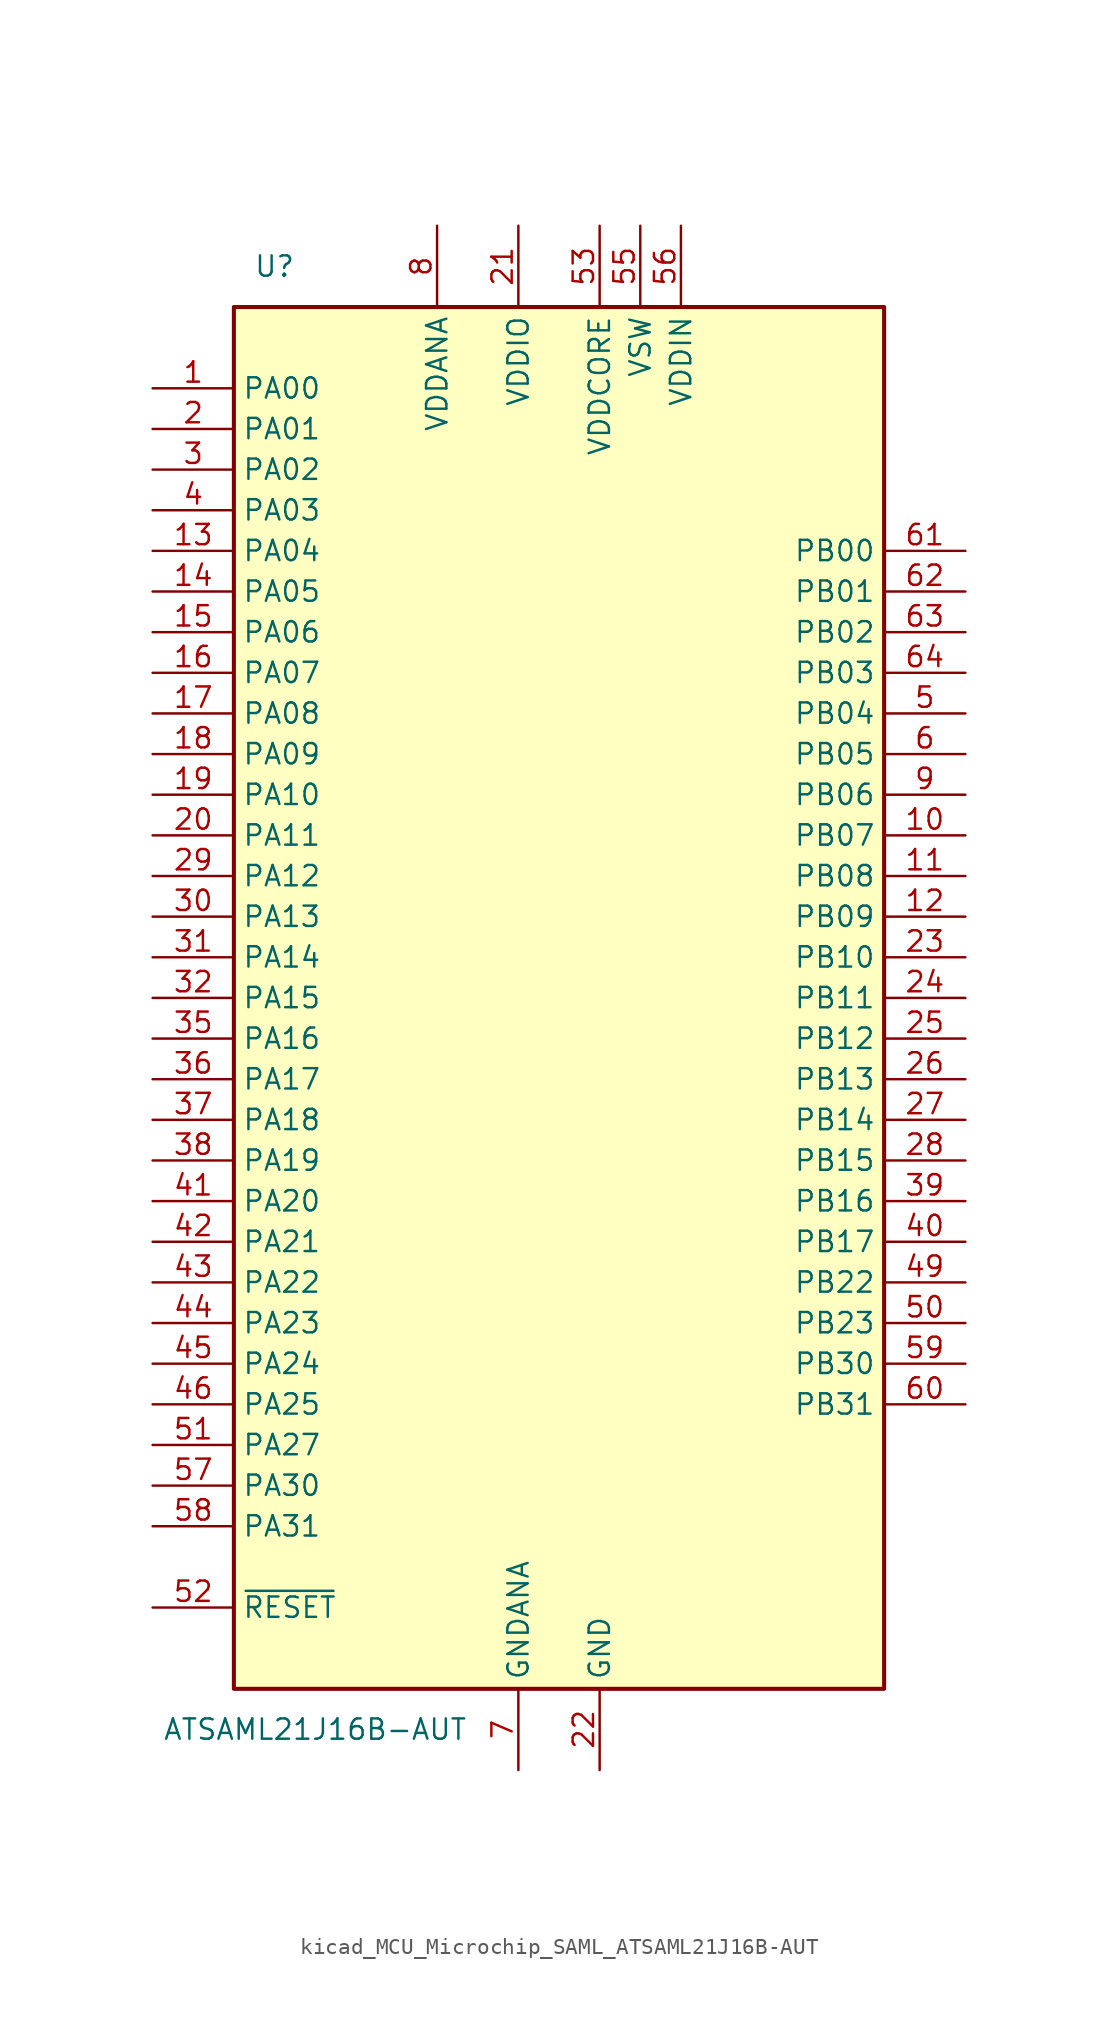
<source format=kicad_sym>
(kicad_symbol_lib
  (version 20220914)
  (generator kicad_symbol_editor)
  (symbol "kicad_MCU_Microchip_SAML_ATSAML21J16B-AUT"
    (property "Reference" "U"
      (at -17.78 45.72 0)
      (effects (font (size 1.27 1.27))))
    (property "Value" "ATSAML21J16B-AUT"
      (at -15.24 -45.72 0)
      (effects (font (size 1.27 1.27))))
    (symbol "kicad_MCU_Microchip_SAML_ATSAML21J16B-AUT_0_1"
      (rectangle (start -20.32 43.18) (end 20.32 -43.18) (stroke (width 0.254) (type default)) (fill (type background))))
    (symbol "kicad_MCU_Microchip_SAML_ATSAML21J16B-AUT_1_1"
      (pin bidirectional line (at -25.4 38.1 0) (length 5.08) (name "PA00" (effects (font (size 1.27 1.27)))) (number "1" (effects (font (size 1.27 1.27)))))
      (pin bidirectional line (at 25.4 10.16 180) (length 5.08) (name "PB07" (effects (font (size 1.27 1.27)))) (number "10" (effects (font (size 1.27 1.27)))))
      (pin bidirectional line (at 25.4 7.62 180) (length 5.08) (name "PB08" (effects (font (size 1.27 1.27)))) (number "11" (effects (font (size 1.27 1.27)))))
      (pin bidirectional line (at 25.4 5.08 180) (length 5.08) (name "PB09" (effects (font (size 1.27 1.27)))) (number "12" (effects (font (size 1.27 1.27)))))
      (pin bidirectional line (at -25.4 27.94 0) (length 5.08) (name "PA04" (effects (font (size 1.27 1.27)))) (number "13" (effects (font (size 1.27 1.27)))))
      (pin bidirectional line (at -25.4 25.4 0) (length 5.08) (name "PA05" (effects (font (size 1.27 1.27)))) (number "14" (effects (font (size 1.27 1.27)))))
      (pin bidirectional line (at -25.4 22.86 0) (length 5.08) (name "PA06" (effects (font (size 1.27 1.27)))) (number "15" (effects (font (size 1.27 1.27)))))
      (pin bidirectional line (at -25.4 20.32 0) (length 5.08) (name "PA07" (effects (font (size 1.27 1.27)))) (number "16" (effects (font (size 1.27 1.27)))))
      (pin bidirectional line (at -25.4 17.78 0) (length 5.08) (name "PA08" (effects (font (size 1.27 1.27)))) (number "17" (effects (font (size 1.27 1.27)))))
      (pin bidirectional line (at -25.4 15.24 0) (length 5.08) (name "PA09" (effects (font (size 1.27 1.27)))) (number "18" (effects (font (size 1.27 1.27)))))
      (pin bidirectional line (at -25.4 12.7 0) (length 5.08) (name "PA10" (effects (font (size 1.27 1.27)))) (number "19" (effects (font (size 1.27 1.27)))))
      (pin bidirectional line (at -25.4 35.56 0) (length 5.08) (name "PA01" (effects (font (size 1.27 1.27)))) (number "2" (effects (font (size 1.27 1.27)))))
      (pin bidirectional line (at -25.4 10.16 0) (length 5.08) (name "PA11" (effects (font (size 1.27 1.27)))) (number "20" (effects (font (size 1.27 1.27)))))
      (pin power_in line (at -2.54 48.26 270) (length 5.08) (name "VDDIO" (effects (font (size 1.27 1.27)))) (number "21" (effects (font (size 1.27 1.27)))))
      (pin power_in line (at 2.54 -48.26 90) (length 5.08) (name "GND" (effects (font (size 1.27 1.27)))) (number "22" (effects (font (size 1.27 1.27)))))
      (pin bidirectional line (at 25.4 2.54 180) (length 5.08) (name "PB10" (effects (font (size 1.27 1.27)))) (number "23" (effects (font (size 1.27 1.27)))))
      (pin bidirectional line (at 25.4 0 180) (length 5.08) (name "PB11" (effects (font (size 1.27 1.27)))) (number "24" (effects (font (size 1.27 1.27)))))
      (pin bidirectional line (at 25.4 -2.54 180) (length 5.08) (name "PB12" (effects (font (size 1.27 1.27)))) (number "25" (effects (font (size 1.27 1.27)))))
      (pin bidirectional line (at 25.4 -5.08 180) (length 5.08) (name "PB13" (effects (font (size 1.27 1.27)))) (number "26" (effects (font (size 1.27 1.27)))))
      (pin bidirectional line (at 25.4 -7.62 180) (length 5.08) (name "PB14" (effects (font (size 1.27 1.27)))) (number "27" (effects (font (size 1.27 1.27)))))
      (pin bidirectional line (at 25.4 -10.16 180) (length 5.08) (name "PB15" (effects (font (size 1.27 1.27)))) (number "28" (effects (font (size 1.27 1.27)))))
      (pin bidirectional line (at -25.4 7.62 0) (length 5.08) (name "PA12" (effects (font (size 1.27 1.27)))) (number "29" (effects (font (size 1.27 1.27)))))
      (pin bidirectional line (at -25.4 33.02 0) (length 5.08) (name "PA02" (effects (font (size 1.27 1.27)))) (number "3" (effects (font (size 1.27 1.27)))))
      (pin bidirectional line (at -25.4 5.08 0) (length 5.08) (name "PA13" (effects (font (size 1.27 1.27)))) (number "30" (effects (font (size 1.27 1.27)))))
      (pin bidirectional line (at -25.4 2.54 0) (length 5.08) (name "PA14" (effects (font (size 1.27 1.27)))) (number "31" (effects (font (size 1.27 1.27)))))
      (pin bidirectional line (at -25.4 0 0) (length 5.08) (name "PA15" (effects (font (size 1.27 1.27)))) (number "32" (effects (font (size 1.27 1.27)))))
      (pin passive line (at 2.54 -48.26 90) (length 5.08) hide (name "GND" (effects (font (size 1.27 1.27)))) (number "33" (effects (font (size 1.27 1.27)))))
      (pin passive line (at -2.54 48.26 270) (length 5.08) hide (name "VDDIO" (effects (font (size 1.27 1.27)))) (number "34" (effects (font (size 1.27 1.27)))))
      (pin bidirectional line (at -25.4 -2.54 0) (length 5.08) (name "PA16" (effects (font (size 1.27 1.27)))) (number "35" (effects (font (size 1.27 1.27)))))
      (pin bidirectional line (at -25.4 -5.08 0) (length 5.08) (name "PA17" (effects (font (size 1.27 1.27)))) (number "36" (effects (font (size 1.27 1.27)))))
      (pin bidirectional line (at -25.4 -7.62 0) (length 5.08) (name "PA18" (effects (font (size 1.27 1.27)))) (number "37" (effects (font (size 1.27 1.27)))))
      (pin bidirectional line (at -25.4 -10.16 0) (length 5.08) (name "PA19" (effects (font (size 1.27 1.27)))) (number "38" (effects (font (size 1.27 1.27)))))
      (pin bidirectional line (at 25.4 -12.7 180) (length 5.08) (name "PB16" (effects (font (size 1.27 1.27)))) (number "39" (effects (font (size 1.27 1.27)))))
      (pin bidirectional line (at -25.4 30.48 0) (length 5.08) (name "PA03" (effects (font (size 1.27 1.27)))) (number "4" (effects (font (size 1.27 1.27)))))
      (pin bidirectional line (at 25.4 -15.24 180) (length 5.08) (name "PB17" (effects (font (size 1.27 1.27)))) (number "40" (effects (font (size 1.27 1.27)))))
      (pin bidirectional line (at -25.4 -12.7 0) (length 5.08) (name "PA20" (effects (font (size 1.27 1.27)))) (number "41" (effects (font (size 1.27 1.27)))))
      (pin bidirectional line (at -25.4 -15.24 0) (length 5.08) (name "PA21" (effects (font (size 1.27 1.27)))) (number "42" (effects (font (size 1.27 1.27)))))
      (pin bidirectional line (at -25.4 -17.78 0) (length 5.08) (name "PA22" (effects (font (size 1.27 1.27)))) (number "43" (effects (font (size 1.27 1.27)))))
      (pin bidirectional line (at -25.4 -20.32 0) (length 5.08) (name "PA23" (effects (font (size 1.27 1.27)))) (number "44" (effects (font (size 1.27 1.27)))))
      (pin bidirectional line (at -25.4 -22.86 0) (length 5.08) (name "PA24" (effects (font (size 1.27 1.27)))) (number "45" (effects (font (size 1.27 1.27)))))
      (pin bidirectional line (at -25.4 -25.4 0) (length 5.08) (name "PA25" (effects (font (size 1.27 1.27)))) (number "46" (effects (font (size 1.27 1.27)))))
      (pin passive line (at 2.54 -48.26 90) (length 5.08) hide (name "GND" (effects (font (size 1.27 1.27)))) (number "47" (effects (font (size 1.27 1.27)))))
      (pin passive line (at -2.54 48.26 270) (length 5.08) hide (name "VDDIO" (effects (font (size 1.27 1.27)))) (number "48" (effects (font (size 1.27 1.27)))))
      (pin bidirectional line (at 25.4 -17.78 180) (length 5.08) (name "PB22" (effects (font (size 1.27 1.27)))) (number "49" (effects (font (size 1.27 1.27)))))
      (pin bidirectional line (at 25.4 17.78 180) (length 5.08) (name "PB04" (effects (font (size 1.27 1.27)))) (number "5" (effects (font (size 1.27 1.27)))))
      (pin bidirectional line (at 25.4 -20.32 180) (length 5.08) (name "PB23" (effects (font (size 1.27 1.27)))) (number "50" (effects (font (size 1.27 1.27)))))
      (pin bidirectional line (at -25.4 -27.94 0) (length 5.08) (name "PA27" (effects (font (size 1.27 1.27)))) (number "51" (effects (font (size 1.27 1.27)))))
      (pin input line (at -25.4 -38.1 0) (length 5.08) (name "~{RESET}" (effects (font (size 1.27 1.27)))) (number "52" (effects (font (size 1.27 1.27)))))
      (pin power_in line (at 2.54 48.26 270) (length 5.08) (name "VDDCORE" (effects (font (size 1.27 1.27)))) (number "53" (effects (font (size 1.27 1.27)))))
      (pin passive line (at 2.54 -48.26 90) (length 5.08) hide (name "GND" (effects (font (size 1.27 1.27)))) (number "54" (effects (font (size 1.27 1.27)))))
      (pin power_out line (at 5.08 48.26 270) (length 5.08) (name "VSW" (effects (font (size 1.27 1.27)))) (number "55" (effects (font (size 1.27 1.27)))))
      (pin power_in line (at 7.62 48.26 270) (length 5.08) (name "VDDIN" (effects (font (size 1.27 1.27)))) (number "56" (effects (font (size 1.27 1.27)))))
      (pin bidirectional line (at -25.4 -30.48 0) (length 5.08) (name "PA30" (effects (font (size 1.27 1.27)))) (number "57" (effects (font (size 1.27 1.27)))))
      (pin bidirectional line (at -25.4 -33.02 0) (length 5.08) (name "PA31" (effects (font (size 1.27 1.27)))) (number "58" (effects (font (size 1.27 1.27)))))
      (pin bidirectional line (at 25.4 -22.86 180) (length 5.08) (name "PB30" (effects (font (size 1.27 1.27)))) (number "59" (effects (font (size 1.27 1.27)))))
      (pin bidirectional line (at 25.4 15.24 180) (length 5.08) (name "PB05" (effects (font (size 1.27 1.27)))) (number "6" (effects (font (size 1.27 1.27)))))
      (pin bidirectional line (at 25.4 -25.4 180) (length 5.08) (name "PB31" (effects (font (size 1.27 1.27)))) (number "60" (effects (font (size 1.27 1.27)))))
      (pin bidirectional line (at 25.4 27.94 180) (length 5.08) (name "PB00" (effects (font (size 1.27 1.27)))) (number "61" (effects (font (size 1.27 1.27)))))
      (pin bidirectional line (at 25.4 25.4 180) (length 5.08) (name "PB01" (effects (font (size 1.27 1.27)))) (number "62" (effects (font (size 1.27 1.27)))))
      (pin bidirectional line (at 25.4 22.86 180) (length 5.08) (name "PB02" (effects (font (size 1.27 1.27)))) (number "63" (effects (font (size 1.27 1.27)))))
      (pin bidirectional line (at 25.4 20.32 180) (length 5.08) (name "PB03" (effects (font (size 1.27 1.27)))) (number "64" (effects (font (size 1.27 1.27)))))
      (pin power_in line (at -2.54 -48.26 90) (length 5.08) (name "GNDANA" (effects (font (size 1.27 1.27)))) (number "7" (effects (font (size 1.27 1.27)))))
      (pin power_in line (at -7.62 48.26 270) (length 5.08) (name "VDDANA" (effects (font (size 1.27 1.27)))) (number "8" (effects (font (size 1.27 1.27)))))
      (pin bidirectional line (at 25.4 12.7 180) (length 5.08) (name "PB06" (effects (font (size 1.27 1.27)))) (number "9" (effects (font (size 1.27 1.27))))))))
</source>
